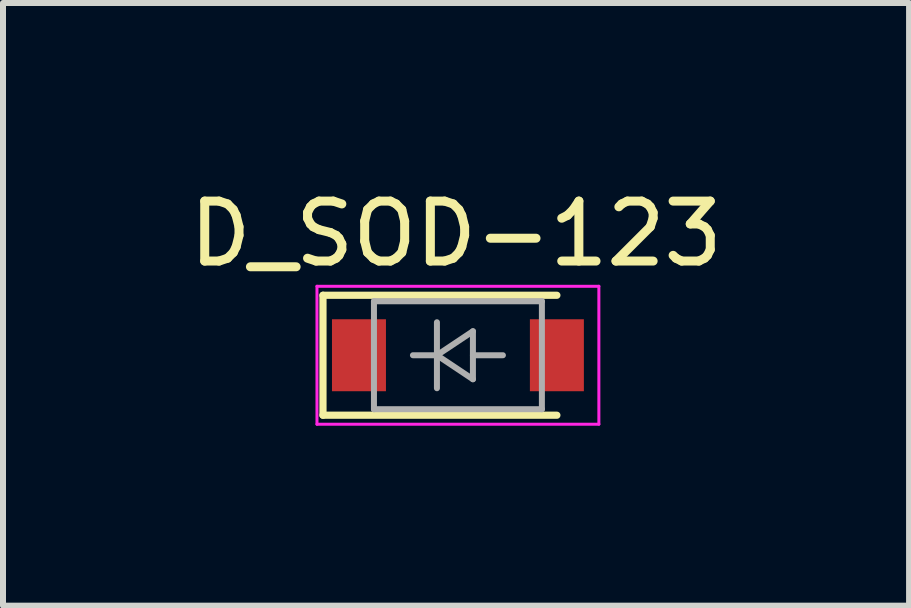
<source format=kicad_pcb>
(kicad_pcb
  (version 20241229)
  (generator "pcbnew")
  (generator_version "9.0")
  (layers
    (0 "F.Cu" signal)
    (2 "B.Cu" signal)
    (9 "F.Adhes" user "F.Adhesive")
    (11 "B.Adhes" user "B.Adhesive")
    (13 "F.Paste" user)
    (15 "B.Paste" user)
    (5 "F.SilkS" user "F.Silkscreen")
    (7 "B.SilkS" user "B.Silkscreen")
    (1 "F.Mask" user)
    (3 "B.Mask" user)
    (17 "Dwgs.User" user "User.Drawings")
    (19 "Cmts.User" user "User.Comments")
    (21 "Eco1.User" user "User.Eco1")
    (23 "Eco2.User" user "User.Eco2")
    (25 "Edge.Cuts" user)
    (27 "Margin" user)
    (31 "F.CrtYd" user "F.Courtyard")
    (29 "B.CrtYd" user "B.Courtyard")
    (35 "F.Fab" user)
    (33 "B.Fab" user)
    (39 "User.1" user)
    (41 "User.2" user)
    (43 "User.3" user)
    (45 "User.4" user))
  (footprint "D_SOD-123"
    (layer "F.Cu")
    (at 4.585 2.873)
    (property "Reference" "D_SOD-123" (at -0.031 -2.025 0) (unlocked yes) (layer "F.SilkS") (effects (font (size 1 1) (thickness 0.15))))
    (attr smd)
    (fp_line (start -2.25 -1) (end -2.25 1) (stroke (width 0.12) (type solid)) (layer "F.SilkS"))
    (fp_line (start -2.25 -1) (end 1.65 -1) (stroke (width 0.12) (type solid)) (layer "F.SilkS"))
    (fp_line (start -2.25 1) (end 1.65 1) (stroke (width 0.12) (type solid)) (layer "F.SilkS"))
    (fp_line (start -2.35 -1.15) (end -2.35 1.15) (stroke (width 0.05) (type solid)) (layer "F.CrtYd"))
    (fp_line (start -2.35 -1.15) (end 2.35 -1.15) (stroke (width 0.05) (type solid)) (layer "F.CrtYd"))
    (fp_line (start 2.35 -1.15) (end 2.35 1.15) (stroke (width 0.05) (type solid)) (layer "F.CrtYd"))
    (fp_line (start 2.35 1.15) (end -2.35 1.15) (stroke (width 0.05) (type solid)) (layer "F.CrtYd"))
    (fp_line (start -1.4 -0.9) (end 1.4 -0.9) (stroke (width 0.1) (type solid)) (layer "F.Fab"))
    (fp_line (start -1.4 0.9) (end -1.4 -0.9) (stroke (width 0.1) (type solid)) (layer "F.Fab"))
    (fp_line (start -0.75 0) (end -0.35 0) (stroke (width 0.1) (type solid)) (layer "F.Fab"))
    (fp_line (start -0.35 0) (end -0.35 -0.55) (stroke (width 0.1) (type solid)) (layer "F.Fab"))
    (fp_line (start -0.35 0) (end -0.35 0.55) (stroke (width 0.1) (type solid)) (layer "F.Fab"))
    (fp_line (start -0.35 0) (end 0.25 -0.4) (stroke (width 0.1) (type solid)) (layer "F.Fab"))
    (fp_line (start 0.25 -0.4) (end 0.25 0.4) (stroke (width 0.1) (type solid)) (layer "F.Fab"))
    (fp_line (start 0.25 0) (end 0.75 0) (stroke (width 0.1) (type solid)) (layer "F.Fab"))
    (fp_line (start 0.25 0.4) (end -0.35 0) (stroke (width 0.1) (type solid)) (layer "F.Fab"))
    (fp_line (start 1.4 -0.9) (end 1.4 0.9) (stroke (width 0.1) (type solid)) (layer "F.Fab"))
    (fp_line (start 1.4 0.9) (end -1.4 0.9) (stroke (width 0.1) (type solid)) (layer "F.Fab"))
    (pad "1" smd rect (at -1.65 0) (size 0.9 1.2) (layers "F.Cu" "F.Mask" "F.Paste"))
    (pad "2" smd rect (at 1.65 0) (size 0.9 1.2) (layers "F.Cu" "F.Mask" "F.Paste")))
  (gr_rect
    (start -3 -3)
    (end 12.107 7.048)
    (stroke (width 0.1) (type default))
    (fill no)
    (layer "Edge.Cuts")))
</source>
